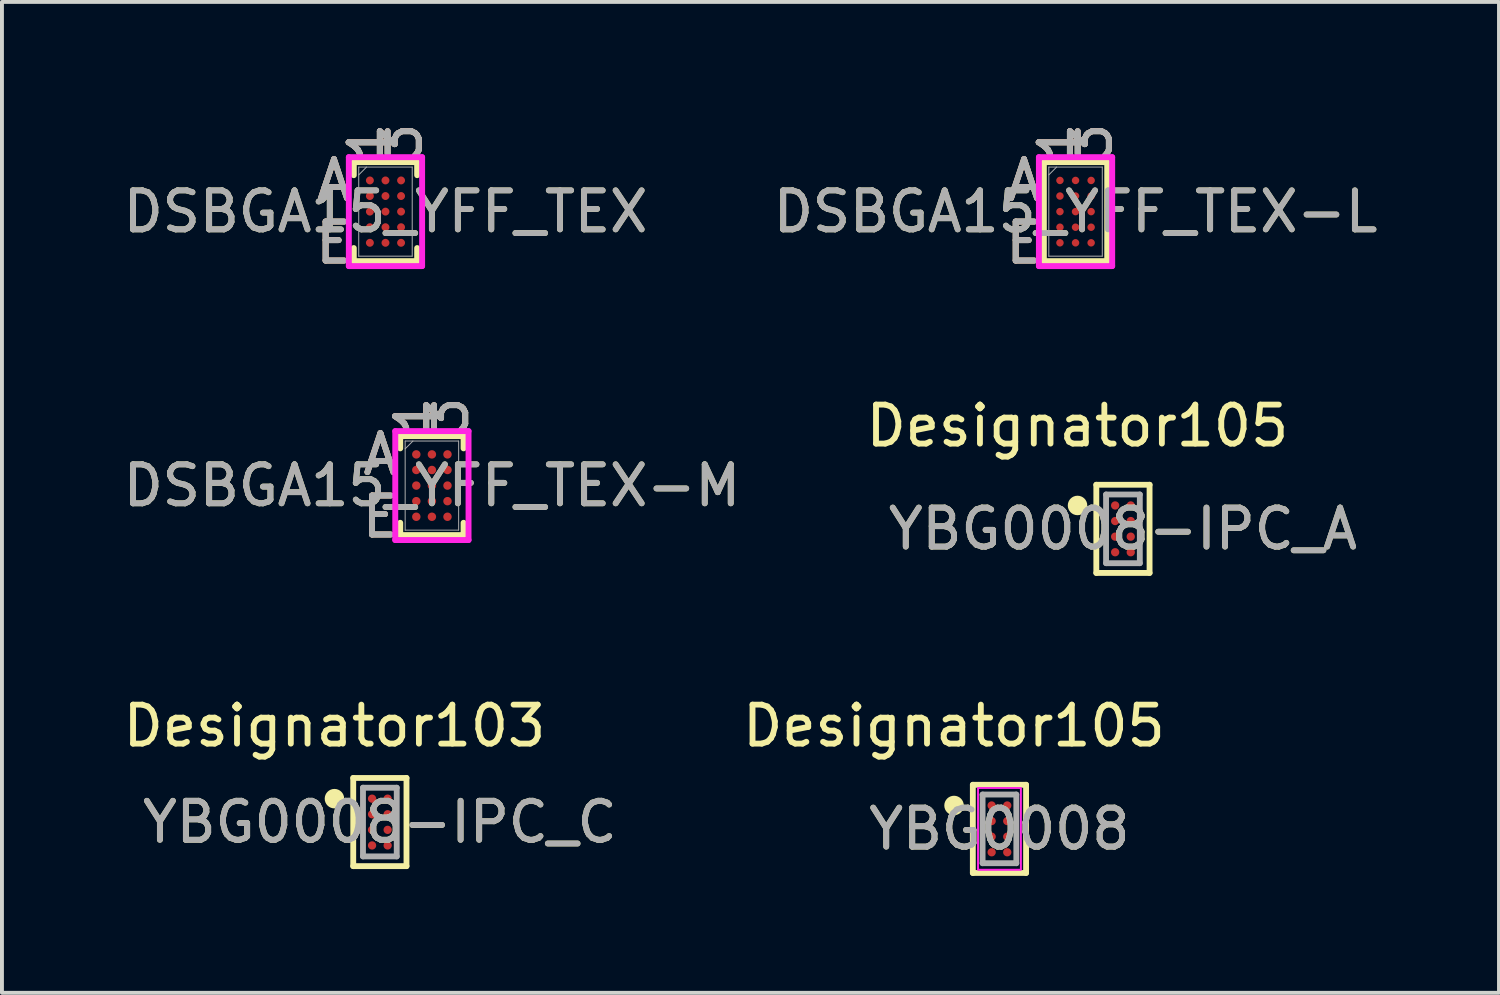
<source format=kicad_pcb>
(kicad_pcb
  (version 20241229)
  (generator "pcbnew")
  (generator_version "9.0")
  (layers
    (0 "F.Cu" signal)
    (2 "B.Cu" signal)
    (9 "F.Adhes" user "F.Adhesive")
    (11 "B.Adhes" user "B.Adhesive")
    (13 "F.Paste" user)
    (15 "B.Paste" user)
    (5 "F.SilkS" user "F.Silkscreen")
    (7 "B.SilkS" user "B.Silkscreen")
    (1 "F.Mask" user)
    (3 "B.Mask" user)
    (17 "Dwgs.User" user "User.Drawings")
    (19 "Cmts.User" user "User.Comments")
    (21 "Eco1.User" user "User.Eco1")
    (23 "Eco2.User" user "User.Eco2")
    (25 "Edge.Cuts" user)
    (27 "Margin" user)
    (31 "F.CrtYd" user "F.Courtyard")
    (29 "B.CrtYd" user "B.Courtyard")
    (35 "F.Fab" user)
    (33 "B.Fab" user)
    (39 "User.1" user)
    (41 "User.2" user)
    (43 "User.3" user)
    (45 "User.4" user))
  (footprint "DSBGA15_YFF_TEX-L"
    (layer "F.Cu")
    (at 24.542 2.379)
    (property "Reference" "DSBGA15_YFF_TEX-L" (at 0 0 0) (unlocked yes) (layer "F.SilkS") (effects (font (size 1 1) (thickness 0.15))))
    (attr smd)
    (fp_line (start -0.813 -1.27) (end -0.813 1.27) (stroke (width 0.152) (type solid)) (layer "F.SilkS"))
    (fp_line (start -0.813 1.27) (end 0.813 1.27) (stroke (width 0.152) (type solid)) (layer "F.SilkS"))
    (fp_line (start 0.813 -1.27) (end -0.813 -1.27) (stroke (width 0.152) (type solid)) (layer "F.SilkS"))
    (fp_line (start 0.813 1.27) (end 0.813 -1.27) (stroke (width 0.152) (type solid)) (layer "F.SilkS"))
    (fp_poly (pts (xy -1.045 -1.445) (xy 1.045 -1.445) (xy 1.045 1.445) (xy -1.045 1.445)) (stroke (width 0.1) (type solid)) (fill no) (layer "Eco2.User"))
    (fp_line (start -0.94 -1.397) (end 0.94 -1.397) (stroke (width 0.152) (type solid)) (layer "F.CrtYd"))
    (fp_line (start -0.94 1.397) (end -0.94 -1.397) (stroke (width 0.152) (type solid)) (layer "F.CrtYd"))
    (fp_line (start 0.94 -1.397) (end 0.94 1.397) (stroke (width 0.152) (type solid)) (layer "F.CrtYd"))
    (fp_line (start 0.94 1.397) (end -0.94 1.397) (stroke (width 0.152) (type solid)) (layer "F.CrtYd"))
    (fp_line (start -0.686 -1.143) (end -0.686 1.143) (stroke (width 0.025) (type solid)) (layer "F.Fab"))
    (fp_line (start -0.686 1.143) (end 0.686 1.143) (stroke (width 0.025) (type solid)) (layer "F.Fab"))
    (fp_line (start -0.486 -1.143) (end -0.686 -0.943) (stroke (width 0.025) (type solid)) (layer "F.Fab"))
    (fp_line (start 0.686 -1.143) (end -0.686 -1.143) (stroke (width 0.025) (type solid)) (layer "F.Fab"))
    (fp_line (start 0.686 1.143) (end 0.686 -1.143) (stroke (width 0.025) (type solid)) (layer "F.Fab"))
    (fp_text user "A" (at -1.321 -0.8 0) (unlocked yes) (layer "F.SilkS") (effects (font (size 1 1) (thickness 0.15))))
    (fp_text user "3" (at 0.4 -1.778 90) (unlocked yes) (layer "F.SilkS") (effects (font (size 1 1) (thickness 0.15))))
    (fp_text user "1" (at -0.4 -1.778 90) (unlocked yes) (layer "F.SilkS") (effects (font (size 1 1) (thickness 0.15))))
    (fp_text user "E" (at -1.321 0.8 0) (unlocked yes) (layer "F.SilkS") (effects (font (size 1 1) (thickness 0.15))))
    (fp_text user "E" (at -1.321 0.8 0) (unlocked yes) (layer "B.SilkS") (effects (font (size 1 1) (thickness 0.15))))
    (fp_text user "3" (at 0.4 -1.778 90) (unlocked yes) (layer "B.SilkS") (effects (font (size 1 1) (thickness 0.15))))
    (fp_text user "A" (at -1.321 -0.8 0) (unlocked yes) (layer "B.SilkS") (effects (font (size 1 1) (thickness 0.15))))
    (fp_text user "1" (at -0.4 -1.778 90) (unlocked yes) (layer "B.SilkS") (effects (font (size 1 1) (thickness 0.15))))
    (fp_text user "3" (at 0.4 -1.778 90) (unlocked yes) (layer "F.Fab") (effects (font (size 1 1) (thickness 0.15))))
    (fp_text user "A" (at -1.321 -0.8 0) (unlocked yes) (layer "F.Fab") (effects (font (size 1 1) (thickness 0.15))))
    (fp_text user "${REFERENCE}" (at 0 0 0) (unlocked yes) (layer "F.Fab") (effects (font (size 1 1) (thickness 0.15))))
    (fp_text user "E" (at -1.321 0.8 0) (unlocked yes) (layer "F.Fab") (effects (font (size 1 1) (thickness 0.15))))
    (fp_text user "1" (at -0.4 -1.778 90) (unlocked yes) (layer "F.Fab") (effects (font (size 1 1) (thickness 0.15))))
    (pad "A1" smd circle (at -0.4 -0.8) (size 0.191 0.191) (layers "F.Cu" "F.Mask" "F.Paste"))
    (pad "A2" smd circle (at 0 -0.8) (size 0.191 0.191) (layers "F.Cu" "F.Mask" "F.Paste"))
    (pad "A3" smd circle (at 0.4 -0.8) (size 0.191 0.191) (layers "F.Cu" "F.Mask" "F.Paste"))
    (pad "B1" smd circle (at -0.4 -0.4) (size 0.191 0.191) (layers "F.Cu" "F.Mask" "F.Paste"))
    (pad "B2" smd circle (at 0 -0.4) (size 0.191 0.191) (layers "F.Cu" "F.Mask" "F.Paste"))
    (pad "B3" smd circle (at 0.4 -0.4) (size 0.191 0.191) (layers "F.Cu" "F.Mask" "F.Paste"))
    (pad "C1" smd circle (at -0.4 0) (size 0.191 0.191) (layers "F.Cu" "F.Mask" "F.Paste"))
    (pad "C2" smd circle (at 0 0) (size 0.191 0.191) (layers "F.Cu" "F.Mask" "F.Paste"))
    (pad "C3" smd circle (at 0.4 0) (size 0.191 0.191) (layers "F.Cu" "F.Mask" "F.Paste"))
    (pad "D1" smd circle (at -0.4 0.4) (size 0.191 0.191) (layers "F.Cu" "F.Mask" "F.Paste"))
    (pad "D2" smd circle (at 0 0.4) (size 0.191 0.191) (layers "F.Cu" "F.Mask" "F.Paste"))
    (pad "D3" smd circle (at 0.4 0.4) (size 0.191 0.191) (layers "F.Cu" "F.Mask" "F.Paste"))
    (pad "E1" smd circle (at -0.4 0.8) (size 0.191 0.191) (layers "F.Cu" "F.Mask" "F.Paste"))
    (pad "E2" smd circle (at 0 0.8) (size 0.191 0.191) (layers "F.Cu" "F.Mask" "F.Paste"))
    (pad "E3" smd circle (at 0.4 0.8) (size 0.191 0.191) (layers "F.Cu" "F.Mask" "F.Paste")))
  (footprint "DSBGA15_YFF_TEX"
    (layer "F.Cu")
    (at 6.839 2.379)
    (property "Reference" "DSBGA15_YFF_TEX" (at 0 0 0) (unlocked yes) (layer "F.SilkS") (effects (font (size 1 1) (thickness 0.15))))
    (attr smd)
    (fp_line (start -0.813 -1.27) (end -0.813 -0.935) (stroke (width 0.152) (type solid)) (layer "F.SilkS"))
    (fp_line (start -0.813 0.935) (end -0.813 1.27) (stroke (width 0.152) (type solid)) (layer "F.SilkS"))
    (fp_line (start -0.813 1.27) (end 0.813 1.27) (stroke (width 0.152) (type solid)) (layer "F.SilkS"))
    (fp_line (start 0.813 -1.27) (end -0.813 -1.27) (stroke (width 0.152) (type solid)) (layer "F.SilkS"))
    (fp_line (start 0.813 -0.935) (end 0.813 -1.27) (stroke (width 0.152) (type solid)) (layer "F.SilkS"))
    (fp_line (start 0.813 1.27) (end 0.813 0.935) (stroke (width 0.152) (type solid)) (layer "F.SilkS"))
    (fp_poly (pts (xy -1.045 -1.445) (xy 1.045 -1.445) (xy 1.045 1.445) (xy -1.045 1.445)) (stroke (width 0.1) (type solid)) (fill no) (layer "Eco2.User"))
    (fp_line (start -0.94 -1.397) (end 0.94 -1.397) (stroke (width 0.152) (type solid)) (layer "F.CrtYd"))
    (fp_line (start -0.94 1.397) (end -0.94 -1.397) (stroke (width 0.152) (type solid)) (layer "F.CrtYd"))
    (fp_line (start 0.94 -1.397) (end 0.94 1.397) (stroke (width 0.152) (type solid)) (layer "F.CrtYd"))
    (fp_line (start 0.94 1.397) (end -0.94 1.397) (stroke (width 0.152) (type solid)) (layer "F.CrtYd"))
    (fp_line (start -0.686 -1.143) (end -0.686 1.143) (stroke (width 0.025) (type solid)) (layer "F.Fab"))
    (fp_line (start -0.686 1.143) (end 0.686 1.143) (stroke (width 0.025) (type solid)) (layer "F.Fab"))
    (fp_line (start -0.486 -1.143) (end -0.686 -0.943) (stroke (width 0.025) (type solid)) (layer "F.Fab"))
    (fp_line (start 0.686 -1.143) (end -0.686 -1.143) (stroke (width 0.025) (type solid)) (layer "F.Fab"))
    (fp_line (start 0.686 1.143) (end 0.686 -1.143) (stroke (width 0.025) (type solid)) (layer "F.Fab"))
    (fp_text user "A" (at -1.321 -0.8 0) (unlocked yes) (layer "F.SilkS") (effects (font (size 1 1) (thickness 0.15))))
    (fp_text user "E" (at -1.321 0.8 0) (unlocked yes) (layer "F.SilkS") (effects (font (size 1 1) (thickness 0.15))))
    (fp_text user "3" (at 0.4 -1.778 90) (unlocked yes) (layer "F.SilkS") (effects (font (size 1 1) (thickness 0.15))))
    (fp_text user "1" (at -0.4 -1.778 90) (unlocked yes) (layer "F.SilkS") (effects (font (size 1 1) (thickness 0.15))))
    (fp_text user "3" (at 0.4 -1.778 90) (unlocked yes) (layer "B.SilkS") (effects (font (size 1 1) (thickness 0.15))))
    (fp_text user "E" (at -1.321 0.8 0) (unlocked yes) (layer "B.SilkS") (effects (font (size 1 1) (thickness 0.15))))
    (fp_text user "A" (at -1.321 -0.8 0) (unlocked yes) (layer "B.SilkS") (effects (font (size 1 1) (thickness 0.15))))
    (fp_text user "1" (at -0.4 -1.778 90) (unlocked yes) (layer "B.SilkS") (effects (font (size 1 1) (thickness 0.15))))
    (fp_text user "A" (at -1.321 -0.8 0) (unlocked yes) (layer "F.Fab") (effects (font (size 1 1) (thickness 0.15))))
    (fp_text user "1" (at -0.4 -1.778 90) (unlocked yes) (layer "F.Fab") (effects (font (size 1 1) (thickness 0.15))))
    (fp_text user "3" (at 0.4 -1.778 90) (unlocked yes) (layer "F.Fab") (effects (font (size 1 1) (thickness 0.15))))
    (fp_text user "E" (at -1.321 0.8 0) (unlocked yes) (layer "F.Fab") (effects (font (size 1 1) (thickness 0.15))))
    (fp_text user "${REFERENCE}" (at 0 0 0) (unlocked yes) (layer "F.Fab") (effects (font (size 1 1) (thickness 0.15))))
    (pad "A1" smd circle (at -0.4 -0.8) (size 0.203 0.203) (layers "F.Cu" "F.Mask" "F.Paste"))
    (pad "A2" smd circle (at 0 -0.8) (size 0.203 0.203) (layers "F.Cu" "F.Mask" "F.Paste"))
    (pad "A3" smd circle (at 0.4 -0.8) (size 0.203 0.203) (layers "F.Cu" "F.Mask" "F.Paste"))
    (pad "B1" smd circle (at -0.4 -0.4) (size 0.203 0.203) (layers "F.Cu" "F.Mask" "F.Paste"))
    (pad "B2" smd circle (at 0 -0.4) (size 0.203 0.203) (layers "F.Cu" "F.Mask" "F.Paste"))
    (pad "B3" smd circle (at 0.4 -0.4) (size 0.203 0.203) (layers "F.Cu" "F.Mask" "F.Paste"))
    (pad "C1" smd circle (at -0.4 0) (size 0.203 0.203) (layers "F.Cu" "F.Mask" "F.Paste"))
    (pad "C2" smd circle (at 0 0) (size 0.203 0.203) (layers "F.Cu" "F.Mask" "F.Paste"))
    (pad "C3" smd circle (at 0.4 0) (size 0.203 0.203) (layers "F.Cu" "F.Mask" "F.Paste"))
    (pad "D1" smd circle (at -0.4 0.4) (size 0.203 0.203) (layers "F.Cu" "F.Mask" "F.Paste"))
    (pad "D2" smd circle (at 0 0.4) (size 0.203 0.203) (layers "F.Cu" "F.Mask" "F.Paste"))
    (pad "D3" smd circle (at 0.4 0.4) (size 0.203 0.203) (layers "F.Cu" "F.Mask" "F.Paste"))
    (pad "E1" smd circle (at -0.4 0.8) (size 0.203 0.203) (layers "F.Cu" "F.Mask" "F.Paste"))
    (pad "E2" smd circle (at 0 0.8) (size 0.203 0.203) (layers "F.Cu" "F.Mask" "F.Paste"))
    (pad "E3" smd circle (at 0.4 0.8) (size 0.203 0.203) (layers "F.Cu" "F.Mask" "F.Paste")))
  (footprint "YBG0008-IPC_C"
    (layer "F.Cu")
    (at 6.695 18.039)
    (property "Reference" "YBG0008-IPC_C" (at 0 0 0) (unlocked yes) (layer "F.SilkS") (effects (font (size 1 1) (thickness 0.15))))
    (attr smd)
    (fp_line (start -0.683 -1.131) (end 0.683 -1.131) (stroke (width 0.15) (type solid)) (layer "F.SilkS"))
    (fp_line (start -0.683 1.131) (end -0.683 -1.131) (stroke (width 0.15) (type solid)) (layer "F.SilkS"))
    (fp_line (start -0.683 1.131) (end 0.683 1.131) (stroke (width 0.15) (type solid)) (layer "F.SilkS"))
    (fp_line (start 0.683 1.131) (end 0.683 -1.131) (stroke (width 0.15) (type solid)) (layer "F.SilkS"))
    (fp_circle (center -1.165 -0.6) (end -1.04 -0.6) (stroke (width 0.25) (type solid)) (fill no) (layer "F.SilkS"))
    (fp_line (start -0.433 -0.881) (end 0.433 -0.881) (stroke (width 0.15) (type solid)) (layer "F.Fab"))
    (fp_line (start -0.433 0.881) (end -0.433 -0.881) (stroke (width 0.15) (type solid)) (layer "F.Fab"))
    (fp_line (start -0.433 0.881) (end 0.433 0.881) (stroke (width 0.15) (type solid)) (layer "F.Fab"))
    (fp_line (start 0.433 0.881) (end 0.433 -0.881) (stroke (width 0.15) (type solid)) (layer "F.Fab"))
    (fp_text user "Designator103" (at -1.165 -2.467 0) (unlocked yes) (layer "F.SilkS") (effects (font (size 1 1) (thickness 0.15))))
    (fp_text user "${REFERENCE}" (at 0 0 0) (unlocked yes) (layer "F.Fab") (effects (font (size 1 1) (thickness 0.15))))
    (pad "A1" smd circle (at -0.2 -0.6) (size 0.212 0.212) (layers "F.Cu" "F.Mask" "F.Paste"))
    (pad "A2" smd circle (at 0.2 -0.6) (size 0.212 0.212) (layers "F.Cu" "F.Mask" "F.Paste"))
    (pad "B1" smd circle (at -0.2 -0.2) (size 0.212 0.212) (layers "F.Cu" "F.Mask" "F.Paste"))
    (pad "B2" smd circle (at 0.2 -0.2) (size 0.212 0.212) (layers "F.Cu" "F.Mask" "F.Paste"))
    (pad "C1" smd circle (at -0.2 0.2) (size 0.212 0.212) (layers "F.Cu" "F.Mask" "F.Paste"))
    (pad "C2" smd circle (at 0.2 0.2) (size 0.212 0.212) (layers "F.Cu" "F.Mask" "F.Paste"))
    (pad "D1" smd circle (at -0.2 0.6) (size 0.212 0.212) (layers "F.Cu" "F.Mask" "F.Paste"))
    (pad "D2" smd circle (at 0.2 0.6) (size 0.212 0.212) (layers "F.Cu" "F.Mask" "F.Paste")))
  (footprint "YBG0008-IPC_A"
    (layer "F.Cu")
    (at 25.758 10.517)
    (property "Reference" "YBG0008-IPC_A" (at 0 0 0) (unlocked yes) (layer "F.SilkS") (effects (font (size 1 1) (thickness 0.15))))
    (attr smd)
    (fp_line (start -0.683 -1.131) (end 0.683 -1.131) (stroke (width 0.15) (type solid)) (layer "F.SilkS"))
    (fp_line (start -0.683 1.131) (end -0.683 -1.131) (stroke (width 0.15) (type solid)) (layer "F.SilkS"))
    (fp_line (start -0.683 1.131) (end 0.683 1.131) (stroke (width 0.15) (type solid)) (layer "F.SilkS"))
    (fp_line (start 0.683 1.131) (end 0.683 -1.131) (stroke (width 0.15) (type solid)) (layer "F.SilkS"))
    (fp_circle (center -1.165 -0.6) (end -1.04 -0.6) (stroke (width 0.25) (type solid)) (fill no) (layer "F.SilkS"))
    (fp_line (start -0.433 -0.881) (end 0.433 -0.881) (stroke (width 0.15) (type solid)) (layer "F.Fab"))
    (fp_line (start -0.433 0.881) (end -0.433 -0.881) (stroke (width 0.15) (type solid)) (layer "F.Fab"))
    (fp_line (start -0.433 0.881) (end 0.433 0.881) (stroke (width 0.15) (type solid)) (layer "F.Fab"))
    (fp_line (start 0.433 0.881) (end 0.433 -0.881) (stroke (width 0.15) (type solid)) (layer "F.Fab"))
    (fp_text user "Designator105" (at -1.168 -2.642 0) (unlocked yes) (layer "F.SilkS") (effects (font (size 1 1) (thickness 0.15))))
    (fp_text user "${REFERENCE}" (at 0 0 0) (unlocked yes) (layer "F.Fab") (effects (font (size 1 1) (thickness 0.15))))
    (pad "A1" smd circle (at -0.2 -0.6) (size 0.212 0.212) (layers "F.Cu" "F.Mask" "F.Paste"))
    (pad "A2" smd circle (at 0.2 -0.6) (size 0.212 0.212) (layers "F.Cu" "F.Mask" "F.Paste"))
    (pad "B1" smd circle (at -0.2 -0.2) (size 0.212 0.212) (layers "F.Cu" "F.Mask" "F.Paste"))
    (pad "B2" smd circle (at 0.2 -0.2) (size 0.212 0.212) (layers "F.Cu" "F.Mask" "F.Paste"))
    (pad "C1" smd circle (at -0.2 0.2) (size 0.212 0.212) (layers "F.Cu" "F.Mask" "F.Paste"))
    (pad "C2" smd circle (at 0.2 0.2) (size 0.212 0.212) (layers "F.Cu" "F.Mask" "F.Paste"))
    (pad "D1" smd circle (at -0.2 0.6) (size 0.212 0.212) (layers "F.Cu" "F.Mask" "F.Paste"))
    (pad "D2" smd circle (at 0.2 0.6) (size 0.212 0.212) (layers "F.Cu" "F.Mask" "F.Paste")))
  (footprint "YBG0008"
    (layer "F.Cu")
    (at 22.59 18.214)
    (property "Reference" "YBG0008" (at 0 0 0) (unlocked yes) (layer "F.SilkS") (effects (font (size 1 1) (thickness 0.15))))
    (attr smd)
    (fp_line (start -0.683 -1.131) (end 0.683 -1.131) (stroke (width 0.15) (type solid)) (layer "F.SilkS"))
    (fp_line (start -0.683 1.131) (end -0.683 -1.131) (stroke (width 0.15) (type solid)) (layer "F.SilkS"))
    (fp_line (start -0.683 1.131) (end 0.683 1.131) (stroke (width 0.15) (type solid)) (layer "F.SilkS"))
    (fp_line (start 0.683 1.131) (end 0.683 -1.131) (stroke (width 0.15) (type solid)) (layer "F.SilkS"))
    (fp_circle (center -1.165 -0.6) (end -1.04 -0.6) (stroke (width 0.25) (type solid)) (fill no) (layer "F.SilkS"))
    (fp_rect (start -0.55 -1.05) (end 0.55 1.05) (stroke (width 0.05) (type default)) (fill no) (layer "F.CrtYd"))
    (fp_line (start -0.433 -0.881) (end 0.433 -0.881) (stroke (width 0.15) (type solid)) (layer "F.Fab"))
    (fp_line (start -0.433 0.881) (end -0.433 -0.881) (stroke (width 0.15) (type solid)) (layer "F.Fab"))
    (fp_line (start -0.433 0.881) (end 0.433 0.881) (stroke (width 0.15) (type solid)) (layer "F.Fab"))
    (fp_line (start 0.433 0.881) (end 0.433 -0.881) (stroke (width 0.15) (type solid)) (layer "F.Fab"))
    (fp_text user "Designator105" (at -1.168 -2.642 0) (unlocked yes) (layer "F.SilkS") (effects (font (size 1 1) (thickness 0.15))))
    (fp_text user "${REFERENCE}" (at 0 0 0) (unlocked yes) (layer "F.Fab") (effects (font (size 1 1) (thickness 0.15))))
    (pad "A1" smd circle (at -0.2 -0.6) (size 0.212 0.212) (layers "F.Cu" "F.Mask" "F.Paste"))
    (pad "A2" smd circle (at 0.2 -0.6) (size 0.212 0.212) (layers "F.Cu" "F.Mask" "F.Paste"))
    (pad "B1" smd circle (at -0.2 -0.2) (size 0.212 0.212) (layers "F.Cu" "F.Mask" "F.Paste"))
    (pad "B2" smd circle (at 0.2 -0.2) (size 0.212 0.212) (layers "F.Cu" "F.Mask" "F.Paste"))
    (pad "C1" smd circle (at -0.2 0.2) (size 0.212 0.212) (layers "F.Cu" "F.Mask" "F.Paste"))
    (pad "C2" smd circle (at 0.2 0.2) (size 0.212 0.212) (layers "F.Cu" "F.Mask" "F.Paste"))
    (pad "D1" smd circle (at -0.2 0.6) (size 0.212 0.212) (layers "F.Cu" "F.Mask" "F.Paste"))
    (pad "D2" smd circle (at 0.2 0.6) (size 0.212 0.212) (layers "F.Cu" "F.Mask" "F.Paste")))
  (footprint "DSBGA15_YFF_TEX-M"
    (layer "F.Cu")
    (at 8.03 9.407)
    (property "Reference" "DSBGA15_YFF_TEX-M" (at 0 0 0) (unlocked yes) (layer "F.SilkS") (effects (font (size 1 1) (thickness 0.15))))
    (attr smd)
    (fp_line (start -0.813 -1.27) (end -0.813 -0.955) (stroke (width 0.152) (type solid)) (layer "F.SilkS"))
    (fp_line (start -0.813 0.955) (end -0.813 1.27) (stroke (width 0.152) (type solid)) (layer "F.SilkS"))
    (fp_line (start -0.813 1.27) (end 0.813 1.27) (stroke (width 0.152) (type solid)) (layer "F.SilkS"))
    (fp_line (start 0.813 -1.27) (end -0.813 -1.27) (stroke (width 0.152) (type solid)) (layer "F.SilkS"))
    (fp_line (start 0.813 -0.955) (end 0.813 -1.27) (stroke (width 0.152) (type solid)) (layer "F.SilkS"))
    (fp_line (start 0.813 1.27) (end 0.813 0.955) (stroke (width 0.152) (type solid)) (layer "F.SilkS"))
    (fp_poly (pts (xy -1.045 -1.445) (xy 1.045 -1.445) (xy 1.045 1.445) (xy -1.045 1.445)) (stroke (width 0.1) (type solid)) (fill no) (layer "Eco2.User"))
    (fp_line (start -0.94 -1.397) (end 0.94 -1.397) (stroke (width 0.152) (type solid)) (layer "F.CrtYd"))
    (fp_line (start -0.94 1.397) (end -0.94 -1.397) (stroke (width 0.152) (type solid)) (layer "F.CrtYd"))
    (fp_line (start 0.94 -1.397) (end 0.94 1.397) (stroke (width 0.152) (type solid)) (layer "F.CrtYd"))
    (fp_line (start 0.94 1.397) (end -0.94 1.397) (stroke (width 0.152) (type solid)) (layer "F.CrtYd"))
    (fp_line (start -0.686 -1.143) (end -0.686 1.143) (stroke (width 0.025) (type solid)) (layer "F.Fab"))
    (fp_line (start -0.686 1.143) (end 0.686 1.143) (stroke (width 0.025) (type solid)) (layer "F.Fab"))
    (fp_line (start -0.486 -1.143) (end -0.686 -0.943) (stroke (width 0.025) (type solid)) (layer "F.Fab"))
    (fp_line (start 0.686 -1.143) (end -0.686 -1.143) (stroke (width 0.025) (type solid)) (layer "F.Fab"))
    (fp_line (start 0.686 1.143) (end 0.686 -1.143) (stroke (width 0.025) (type solid)) (layer "F.Fab"))
    (fp_text user "1" (at -0.4 -1.778 90) (unlocked yes) (layer "F.SilkS") (effects (font (size 1 1) (thickness 0.15))))
    (fp_text user "3" (at 0.4 -1.778 90) (unlocked yes) (layer "F.SilkS") (effects (font (size 1 1) (thickness 0.15))))
    (fp_text user "E" (at -1.321 0.8 0) (unlocked yes) (layer "F.SilkS") (effects (font (size 1 1) (thickness 0.15))))
    (fp_text user "A" (at -1.321 -0.8 0) (unlocked yes) (layer "F.SilkS") (effects (font (size 1 1) (thickness 0.15))))
    (fp_text user "A" (at -1.321 -0.8 0) (unlocked yes) (layer "B.SilkS") (effects (font (size 1 1) (thickness 0.15))))
    (fp_text user "1" (at -0.4 -1.778 90) (unlocked yes) (layer "B.SilkS") (effects (font (size 1 1) (thickness 0.15))))
    (fp_text user "E" (at -1.321 0.8 0) (unlocked yes) (layer "B.SilkS") (effects (font (size 1 1) (thickness 0.15))))
    (fp_text user "3" (at 0.4 -1.778 90) (unlocked yes) (layer "B.SilkS") (effects (font (size 1 1) (thickness 0.15))))
    (fp_text user "E" (at -1.321 0.8 0) (unlocked yes) (layer "F.Fab") (effects (font (size 1 1) (thickness 0.15))))
    (fp_text user "A" (at -1.321 -0.8 0) (unlocked yes) (layer "F.Fab") (effects (font (size 1 1) (thickness 0.15))))
    (fp_text user "1" (at -0.4 -1.778 90) (unlocked yes) (layer "F.Fab") (effects (font (size 1 1) (thickness 0.15))))
    (fp_text user "${REFERENCE}" (at 0 0 0) (unlocked yes) (layer "F.Fab") (effects (font (size 1 1) (thickness 0.15))))
    (fp_text user "3" (at 0.4 -1.778 90) (unlocked yes) (layer "F.Fab") (effects (font (size 1 1) (thickness 0.15))))
    (pad "A1" smd circle (at -0.4 -0.8) (size 0.216 0.216) (layers "F.Cu" "F.Mask" "F.Paste"))
    (pad "A2" smd circle (at 0 -0.8) (size 0.216 0.216) (layers "F.Cu" "F.Mask" "F.Paste"))
    (pad "A3" smd circle (at 0.4 -0.8) (size 0.216 0.216) (layers "F.Cu" "F.Mask" "F.Paste"))
    (pad "B1" smd circle (at -0.4 -0.4) (size 0.216 0.216) (layers "F.Cu" "F.Mask" "F.Paste"))
    (pad "B2" smd circle (at 0 -0.4) (size 0.216 0.216) (layers "F.Cu" "F.Mask" "F.Paste"))
    (pad "B3" smd circle (at 0.4 -0.4) (size 0.216 0.216) (layers "F.Cu" "F.Mask" "F.Paste"))
    (pad "C1" smd circle (at -0.4 0) (size 0.216 0.216) (layers "F.Cu" "F.Mask" "F.Paste"))
    (pad "C2" smd circle (at 0 0) (size 0.216 0.216) (layers "F.Cu" "F.Mask" "F.Paste"))
    (pad "C3" smd circle (at 0.4 0) (size 0.216 0.216) (layers "F.Cu" "F.Mask" "F.Paste"))
    (pad "D1" smd circle (at -0.4 0.4) (size 0.216 0.216) (layers "F.Cu" "F.Mask" "F.Paste"))
    (pad "D2" smd circle (at 0 0.4) (size 0.216 0.216) (layers "F.Cu" "F.Mask" "F.Paste"))
    (pad "D3" smd circle (at 0.4 0.4) (size 0.216 0.216) (layers "F.Cu" "F.Mask" "F.Paste"))
    (pad "E1" smd circle (at -0.4 0.8) (size 0.216 0.216) (layers "F.Cu" "F.Mask" "F.Paste"))
    (pad "E2" smd circle (at 0 0.8) (size 0.216 0.216) (layers "F.Cu" "F.Mask" "F.Paste"))
    (pad "E3" smd circle (at 0.4 0.8) (size 0.216 0.216) (layers "F.Cu" "F.Mask" "F.Paste")))
  (gr_rect
    (start -3 -3)
    (end 35.405 22.42)
    (stroke (width 0.1) (type default))
    (fill no)
    (layer "Edge.Cuts")))
</source>
